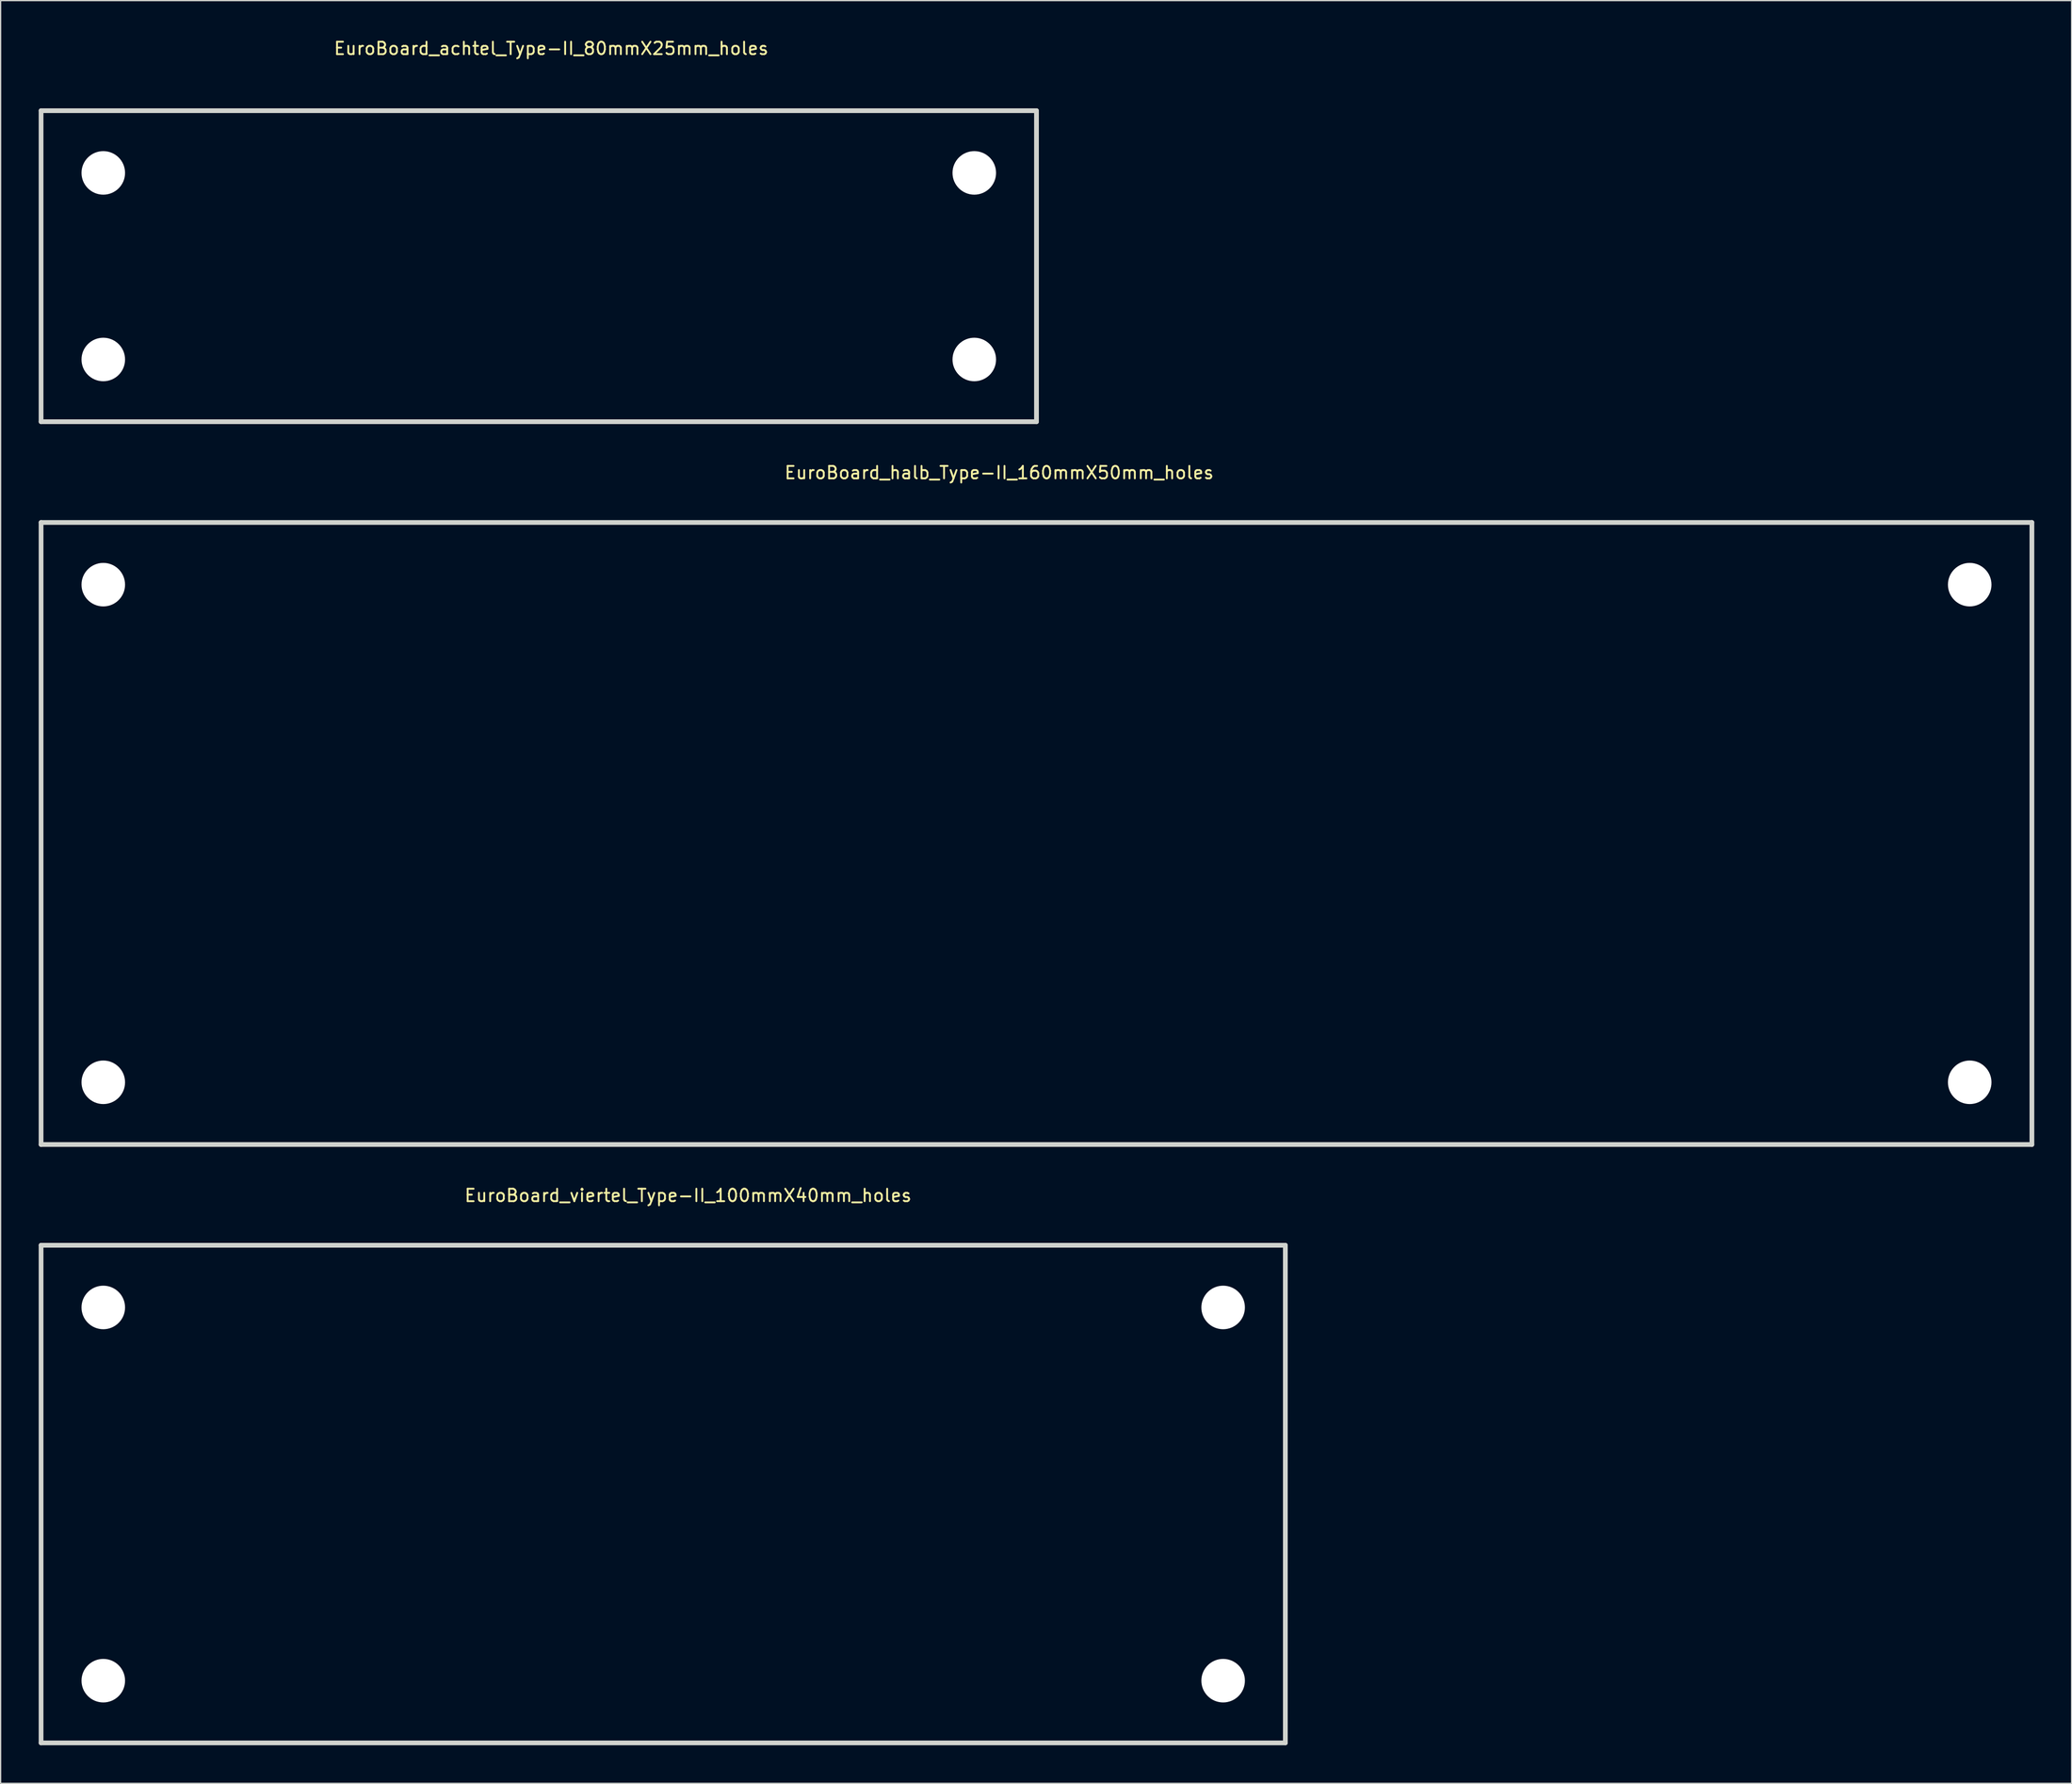
<source format=kicad_pcb>
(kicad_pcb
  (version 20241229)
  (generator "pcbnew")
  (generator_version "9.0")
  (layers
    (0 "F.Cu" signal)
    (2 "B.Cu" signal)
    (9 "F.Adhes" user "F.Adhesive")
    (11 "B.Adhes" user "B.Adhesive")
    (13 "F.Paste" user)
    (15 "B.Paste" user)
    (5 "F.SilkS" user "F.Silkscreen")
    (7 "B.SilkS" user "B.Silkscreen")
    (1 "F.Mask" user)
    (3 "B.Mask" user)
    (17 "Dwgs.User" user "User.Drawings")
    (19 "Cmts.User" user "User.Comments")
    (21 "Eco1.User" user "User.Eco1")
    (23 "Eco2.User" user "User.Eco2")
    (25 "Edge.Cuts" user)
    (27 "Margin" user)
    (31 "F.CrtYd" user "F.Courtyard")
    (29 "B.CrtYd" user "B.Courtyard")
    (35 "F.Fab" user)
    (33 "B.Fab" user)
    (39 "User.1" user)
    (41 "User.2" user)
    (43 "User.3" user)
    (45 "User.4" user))
  (footprint "EuroBoard_achtel_Type-II_80mmX25mm_holes"
    (layer "F.Cu")
    (at 0.25 30.848)
    (property "Reference" "EuroBoard_achtel_Type-II_80mmX25mm_holes" (at 41.001 -30 0) (layer "F.SilkS") (effects (font (size 1 1) (thickness 0.15))))
    (attr through_hole)
    (fp_line (start 0 -25.001) (end 0 0) (stroke (width 0.381) (type solid)) (layer "Edge.Cuts"))
    (fp_line (start 0 0) (end 80 0) (stroke (width 0.381) (type solid)) (layer "Edge.Cuts"))
    (fp_line (start 80 -25.001) (end 0 -25.001) (stroke (width 0.381) (type solid)) (layer "Edge.Cuts"))
    (fp_line (start 80 0) (end 80 -25.001) (stroke (width 0.381) (type solid)) (layer "Edge.Cuts"))
    (pad "" np_thru_hole circle (at 5.001 -20) (size 3.5 3.5) (drill 3.5) (layers "*.Cu" "*.Mask"))
    (pad "" np_thru_hole circle (at 5.001 -5.001) (size 3.5 3.5) (drill 3.5) (layers "*.Cu" "*.Mask"))
    (pad "" np_thru_hole circle (at 75.001 -20) (size 3.5 3.5) (drill 3.5) (layers "*.Cu" "*.Mask"))
    (pad "" np_thru_hole circle (at 75.001 -5.001) (size 3.5 3.5) (drill 3.5) (layers "*.Cu" "*.Mask")))
  (footprint "EuroBoard_halb_Type-II_160mmX50mm_holes"
    (layer "F.Cu")
    (at 0.25 88.947)
    (property "Reference" "EuroBoard_halb_Type-II_160mmX50mm_holes" (at 77 -54 0) (layer "F.SilkS") (effects (font (size 1 1) (thickness 0.15))))
    (attr through_hole)
    (fp_line (start 0 -50) (end 0 0) (stroke (width 0.381) (type solid)) (layer "Edge.Cuts"))
    (fp_line (start 0 0) (end 160 0) (stroke (width 0.381) (type solid)) (layer "Edge.Cuts"))
    (fp_line (start 160 -50) (end 0 -50) (stroke (width 0.381) (type solid)) (layer "Edge.Cuts"))
    (fp_line (start 160 0) (end 160 -50) (stroke (width 0.381) (type solid)) (layer "Edge.Cuts"))
    (pad "" np_thru_hole circle (at 5.001 -45.001) (size 3.5 3.5) (drill 3.5) (layers "*.Cu" "*.Mask"))
    (pad "" np_thru_hole circle (at 5.001 -5.001) (size 3.5 3.5) (drill 3.5) (layers "*.Cu" "*.Mask"))
    (pad "" np_thru_hole circle (at 155.001 -45.001) (size 3.5 3.5) (drill 3.5) (layers "*.Cu" "*.Mask"))
    (pad "" np_thru_hole circle (at 155.001 -5.001) (size 3.5 3.5) (drill 3.5) (layers "*.Cu" "*.Mask")))
  (footprint "EuroBoard_viertel_Type-II_100mmX40mm_holes"
    (layer "F.Cu")
    (at 0.25 137.046)
    (property "Reference" "EuroBoard_viertel_Type-II_100mmX40mm_holes" (at 51.999 -44 0) (layer "F.SilkS") (effects (font (size 1 1) (thickness 0.15))))
    (attr through_hole)
    (fp_line (start 0 -40) (end 0 0) (stroke (width 0.381) (type solid)) (layer "Edge.Cuts"))
    (fp_line (start 0 0) (end 100 0) (stroke (width 0.381) (type solid)) (layer "Edge.Cuts"))
    (fp_line (start 100 -40) (end 0 -40) (stroke (width 0.381) (type solid)) (layer "Edge.Cuts"))
    (fp_line (start 100 0) (end 100 -40) (stroke (width 0.381) (type solid)) (layer "Edge.Cuts"))
    (pad "" np_thru_hole circle (at 5.001 -35.001) (size 3.5 3.5) (drill 3.5) (layers "*.Cu" "*.Mask"))
    (pad "" np_thru_hole circle (at 5.001 -5.001) (size 3.5 3.5) (drill 3.5) (layers "*.Cu" "*.Mask"))
    (pad "" np_thru_hole circle (at 95.001 -35.001) (size 3.5 3.5) (drill 3.5) (layers "*.Cu" "*.Mask"))
    (pad "" np_thru_hole circle (at 95.001 -5.001) (size 3.5 3.5) (drill 3.5) (layers "*.Cu" "*.Mask")))
  (gr_rect
    (start -3 -3)
    (end 163.44 140.296)
    (stroke (width 0.1) (type default))
    (fill no)
    (layer "Edge.Cuts")))
</source>
